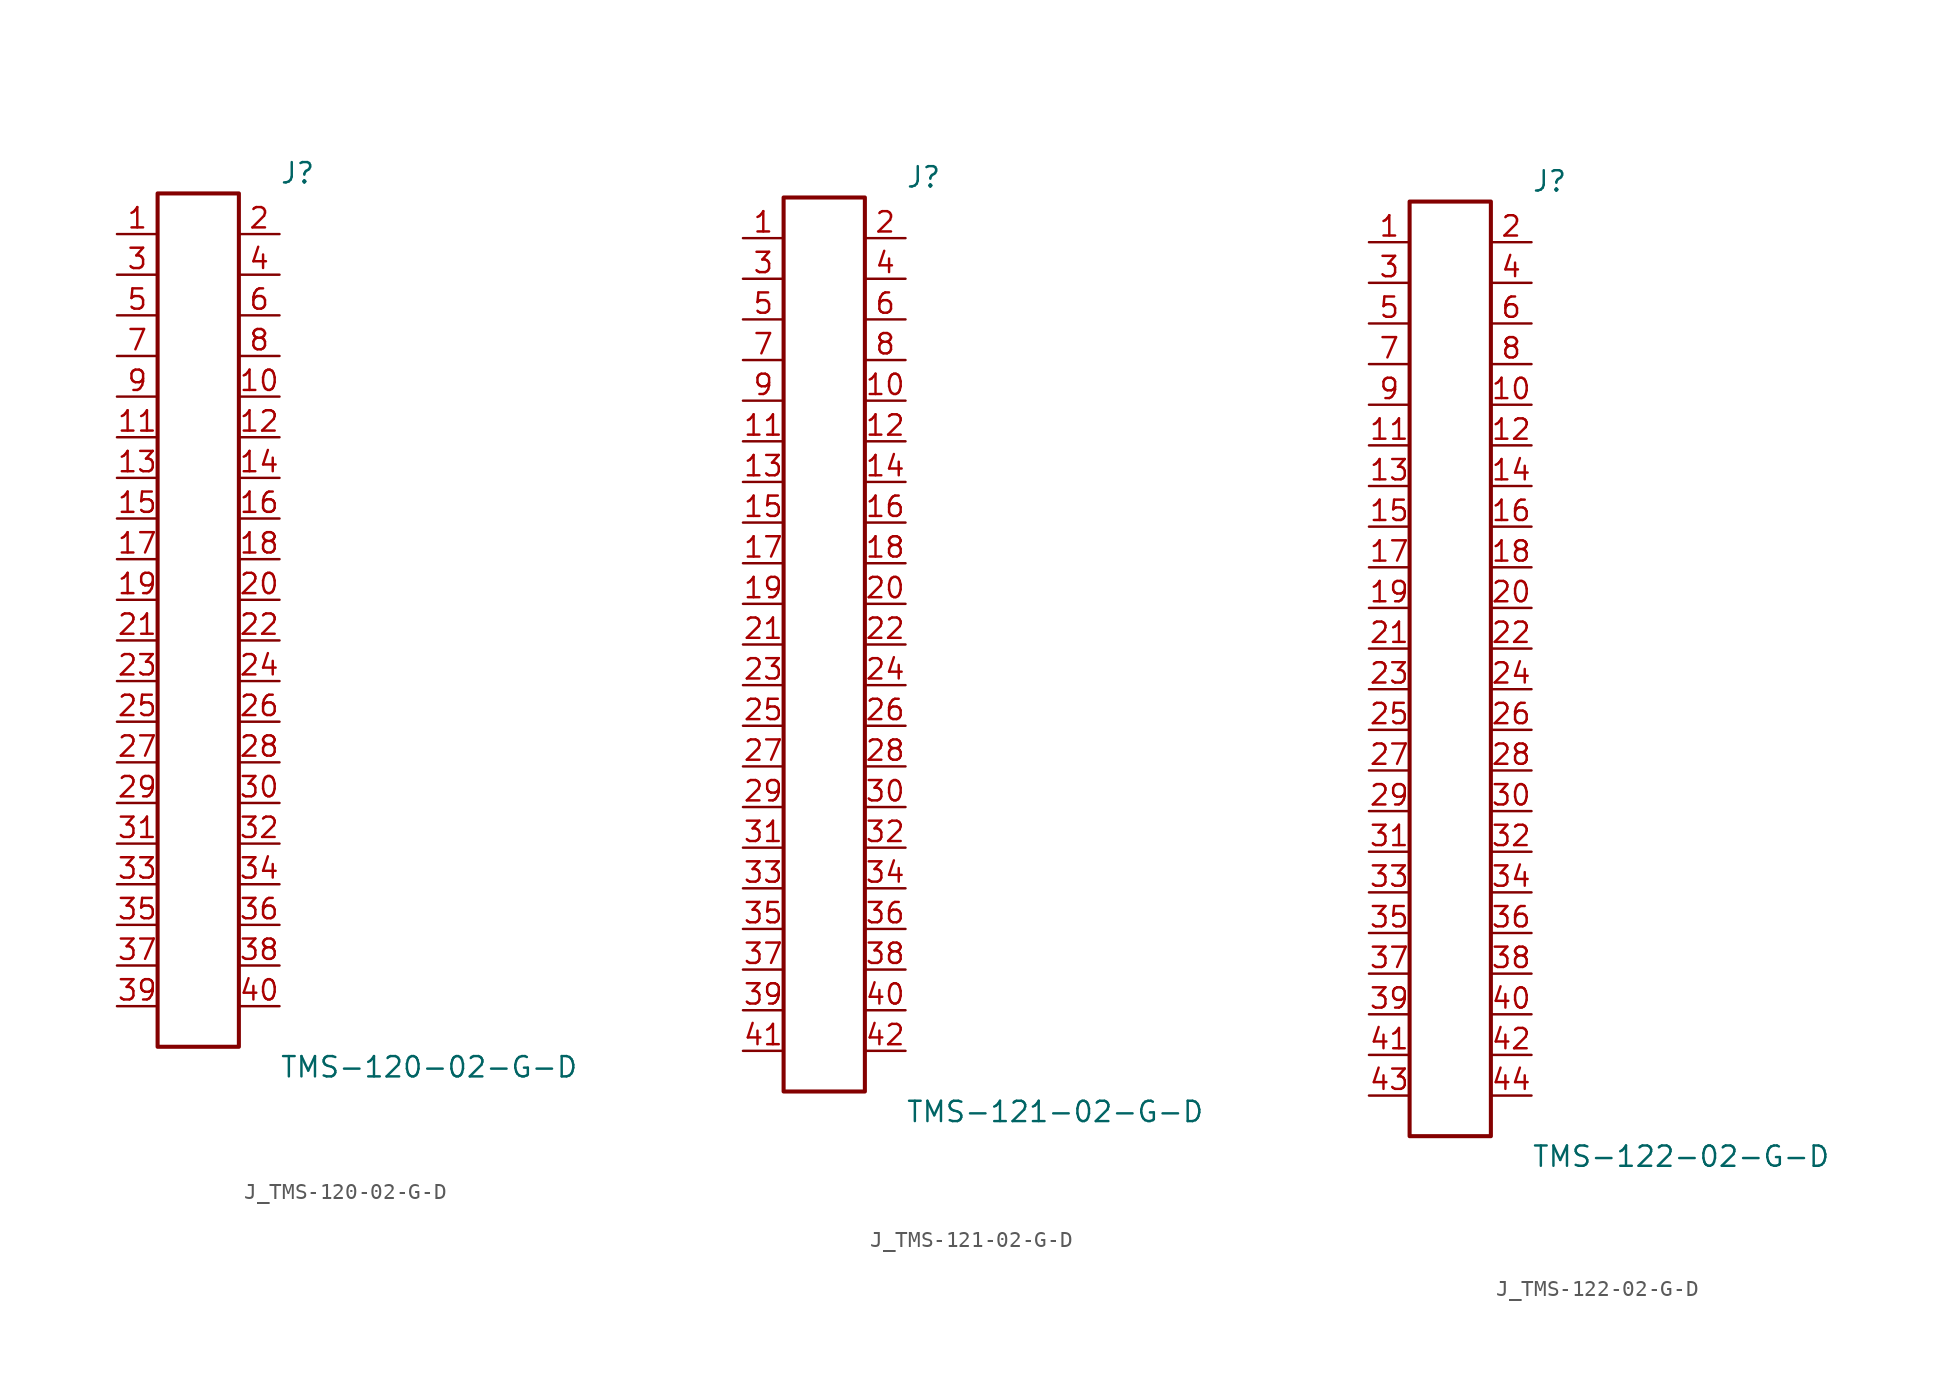
<source format=kicad_sym>
(kicad_symbol_lib
  (version 20231120)
  (generator kicad_symbol_editor)
  (generator_version 8.0)
  (symbol "J_TMS-120-02-G-D"
    (pin_names
      (offset 0.254))
    (property "Reference" "J"
      (at 5.08 27.94 0)
      (effects (font (size 1.27 1.27)) (justify left)))
    (property "Value" "TMS-120-02-G-D"
      (at 5.08 -27.94 0)
      (effects (font (size 1.27 1.27)) (justify left)))
    (symbol "J_TMS-120-02-G-D_0_0"
      (pin unspecified line (at -5.08 24.13 0) (length 2.54) (name "" (effects (font (size 1.27 1.27)))) (number "1" (effects (font (size 1.27 1.27)))))
      (pin unspecified line (at 5.08 24.13 180) (length 2.54) (name "" (effects (font (size 1.27 1.27)))) (number "2" (effects (font (size 1.27 1.27)))))
      (pin unspecified line (at -5.08 21.59 0) (length 2.54) (name "" (effects (font (size 1.27 1.27)))) (number "3" (effects (font (size 1.27 1.27)))))
      (pin unspecified line (at 5.08 21.59 180) (length 2.54) (name "" (effects (font (size 1.27 1.27)))) (number "4" (effects (font (size 1.27 1.27)))))
      (pin unspecified line (at -5.08 19.05 0) (length 2.54) (name "" (effects (font (size 1.27 1.27)))) (number "5" (effects (font (size 1.27 1.27)))))
      (pin unspecified line (at 5.08 19.05 180) (length 2.54) (name "" (effects (font (size 1.27 1.27)))) (number "6" (effects (font (size 1.27 1.27)))))
      (pin unspecified line (at -5.08 16.51 0) (length 2.54) (name "" (effects (font (size 1.27 1.27)))) (number "7" (effects (font (size 1.27 1.27)))))
      (pin unspecified line (at 5.08 16.51 180) (length 2.54) (name "" (effects (font (size 1.27 1.27)))) (number "8" (effects (font (size 1.27 1.27)))))
      (pin unspecified line (at -5.08 13.97 0) (length 2.54) (name "" (effects (font (size 1.27 1.27)))) (number "9" (effects (font (size 1.27 1.27)))))
      (pin unspecified line (at 5.08 13.97 180) (length 2.54) (name "" (effects (font (size 1.27 1.27)))) (number "10" (effects (font (size 1.27 1.27)))))
      (pin unspecified line (at -5.08 11.43 0) (length 2.54) (name "" (effects (font (size 1.27 1.27)))) (number "11" (effects (font (size 1.27 1.27)))))
      (pin unspecified line (at 5.08 11.43 180) (length 2.54) (name "" (effects (font (size 1.27 1.27)))) (number "12" (effects (font (size 1.27 1.27)))))
      (pin unspecified line (at -5.08 8.89 0) (length 2.54) (name "" (effects (font (size 1.27 1.27)))) (number "13" (effects (font (size 1.27 1.27)))))
      (pin unspecified line (at 5.08 8.89 180) (length 2.54) (name "" (effects (font (size 1.27 1.27)))) (number "14" (effects (font (size 1.27 1.27)))))
      (pin unspecified line (at -5.08 6.35 0) (length 2.54) (name "" (effects (font (size 1.27 1.27)))) (number "15" (effects (font (size 1.27 1.27)))))
      (pin unspecified line (at 5.08 6.35 180) (length 2.54) (name "" (effects (font (size 1.27 1.27)))) (number "16" (effects (font (size 1.27 1.27)))))
      (pin unspecified line (at -5.08 3.81 0) (length 2.54) (name "" (effects (font (size 1.27 1.27)))) (number "17" (effects (font (size 1.27 1.27)))))
      (pin unspecified line (at 5.08 3.81 180) (length 2.54) (name "" (effects (font (size 1.27 1.27)))) (number "18" (effects (font (size 1.27 1.27)))))
      (pin unspecified line (at -5.08 1.27 0) (length 2.54) (name "" (effects (font (size 1.27 1.27)))) (number "19" (effects (font (size 1.27 1.27)))))
      (pin unspecified line (at 5.08 1.27 180) (length 2.54) (name "" (effects (font (size 1.27 1.27)))) (number "20" (effects (font (size 1.27 1.27)))))
      (pin unspecified line (at -5.08 -1.27 0) (length 2.54) (name "" (effects (font (size 1.27 1.27)))) (number "21" (effects (font (size 1.27 1.27)))))
      (pin unspecified line (at 5.08 -1.27 180) (length 2.54) (name "" (effects (font (size 1.27 1.27)))) (number "22" (effects (font (size 1.27 1.27)))))
      (pin unspecified line (at -5.08 -3.81 0) (length 2.54) (name "" (effects (font (size 1.27 1.27)))) (number "23" (effects (font (size 1.27 1.27)))))
      (pin unspecified line (at 5.08 -3.81 180) (length 2.54) (name "" (effects (font (size 1.27 1.27)))) (number "24" (effects (font (size 1.27 1.27)))))
      (pin unspecified line (at -5.08 -6.35 0) (length 2.54) (name "" (effects (font (size 1.27 1.27)))) (number "25" (effects (font (size 1.27 1.27)))))
      (pin unspecified line (at 5.08 -6.35 180) (length 2.54) (name "" (effects (font (size 1.27 1.27)))) (number "26" (effects (font (size 1.27 1.27)))))
      (pin unspecified line (at -5.08 -8.89 0) (length 2.54) (name "" (effects (font (size 1.27 1.27)))) (number "27" (effects (font (size 1.27 1.27)))))
      (pin unspecified line (at 5.08 -8.89 180) (length 2.54) (name "" (effects (font (size 1.27 1.27)))) (number "28" (effects (font (size 1.27 1.27)))))
      (pin unspecified line (at -5.08 -11.43 0) (length 2.54) (name "" (effects (font (size 1.27 1.27)))) (number "29" (effects (font (size 1.27 1.27)))))
      (pin unspecified line (at 5.08 -11.43 180) (length 2.54) (name "" (effects (font (size 1.27 1.27)))) (number "30" (effects (font (size 1.27 1.27)))))
      (pin unspecified line (at -5.08 -13.97 0) (length 2.54) (name "" (effects (font (size 1.27 1.27)))) (number "31" (effects (font (size 1.27 1.27)))))
      (pin unspecified line (at 5.08 -13.97 180) (length 2.54) (name "" (effects (font (size 1.27 1.27)))) (number "32" (effects (font (size 1.27 1.27)))))
      (pin unspecified line (at -5.08 -16.51 0) (length 2.54) (name "" (effects (font (size 1.27 1.27)))) (number "33" (effects (font (size 1.27 1.27)))))
      (pin unspecified line (at 5.08 -16.51 180) (length 2.54) (name "" (effects (font (size 1.27 1.27)))) (number "34" (effects (font (size 1.27 1.27)))))
      (pin unspecified line (at -5.08 -19.05 0) (length 2.54) (name "" (effects (font (size 1.27 1.27)))) (number "35" (effects (font (size 1.27 1.27)))))
      (pin unspecified line (at 5.08 -19.05 180) (length 2.54) (name "" (effects (font (size 1.27 1.27)))) (number "36" (effects (font (size 1.27 1.27)))))
      (pin unspecified line (at -5.08 -21.59 0) (length 2.54) (name "" (effects (font (size 1.27 1.27)))) (number "37" (effects (font (size 1.27 1.27)))))
      (pin unspecified line (at 5.08 -21.59 180) (length 2.54) (name "" (effects (font (size 1.27 1.27)))) (number "38" (effects (font (size 1.27 1.27)))))
      (pin unspecified line (at -5.08 -24.13 0) (length 2.54) (name "" (effects (font (size 1.27 1.27)))) (number "39" (effects (font (size 1.27 1.27)))))
      (pin unspecified line (at 5.08 -24.13 180) (length 2.54) (name "" (effects (font (size 1.27 1.27)))) (number "40" (effects (font (size 1.27 1.27))))))
    (symbol "J_TMS-120-02-G-D_1_0"
      (rectangle (start -2.54 26.67) (end 2.54 -26.67) (stroke (width 0.254) (type solid)) (fill (type none)))))
  (symbol "J_TMS-121-02-G-D"
    (pin_names
      (offset 0.254))
    (property "Reference" "J"
      (at 5.08 29.21 0)
      (effects (font (size 1.27 1.27)) (justify left)))
    (property "Value" "TMS-121-02-G-D"
      (at 5.08 -29.21 0)
      (effects (font (size 1.27 1.27)) (justify left)))
    (symbol "J_TMS-121-02-G-D_0_0"
      (pin unspecified line (at -5.08 25.4 0) (length 2.54) (name "" (effects (font (size 1.27 1.27)))) (number "1" (effects (font (size 1.27 1.27)))))
      (pin unspecified line (at 5.08 25.4 180) (length 2.54) (name "" (effects (font (size 1.27 1.27)))) (number "2" (effects (font (size 1.27 1.27)))))
      (pin unspecified line (at -5.08 22.86 0) (length 2.54) (name "" (effects (font (size 1.27 1.27)))) (number "3" (effects (font (size 1.27 1.27)))))
      (pin unspecified line (at 5.08 22.86 180) (length 2.54) (name "" (effects (font (size 1.27 1.27)))) (number "4" (effects (font (size 1.27 1.27)))))
      (pin unspecified line (at -5.08 20.32 0) (length 2.54) (name "" (effects (font (size 1.27 1.27)))) (number "5" (effects (font (size 1.27 1.27)))))
      (pin unspecified line (at 5.08 20.32 180) (length 2.54) (name "" (effects (font (size 1.27 1.27)))) (number "6" (effects (font (size 1.27 1.27)))))
      (pin unspecified line (at -5.08 17.78 0) (length 2.54) (name "" (effects (font (size 1.27 1.27)))) (number "7" (effects (font (size 1.27 1.27)))))
      (pin unspecified line (at 5.08 17.78 180) (length 2.54) (name "" (effects (font (size 1.27 1.27)))) (number "8" (effects (font (size 1.27 1.27)))))
      (pin unspecified line (at -5.08 15.24 0) (length 2.54) (name "" (effects (font (size 1.27 1.27)))) (number "9" (effects (font (size 1.27 1.27)))))
      (pin unspecified line (at 5.08 15.24 180) (length 2.54) (name "" (effects (font (size 1.27 1.27)))) (number "10" (effects (font (size 1.27 1.27)))))
      (pin unspecified line (at -5.08 12.7 0) (length 2.54) (name "" (effects (font (size 1.27 1.27)))) (number "11" (effects (font (size 1.27 1.27)))))
      (pin unspecified line (at 5.08 12.7 180) (length 2.54) (name "" (effects (font (size 1.27 1.27)))) (number "12" (effects (font (size 1.27 1.27)))))
      (pin unspecified line (at -5.08 10.16 0) (length 2.54) (name "" (effects (font (size 1.27 1.27)))) (number "13" (effects (font (size 1.27 1.27)))))
      (pin unspecified line (at 5.08 10.16 180) (length 2.54) (name "" (effects (font (size 1.27 1.27)))) (number "14" (effects (font (size 1.27 1.27)))))
      (pin unspecified line (at -5.08 7.62 0) (length 2.54) (name "" (effects (font (size 1.27 1.27)))) (number "15" (effects (font (size 1.27 1.27)))))
      (pin unspecified line (at 5.08 7.62 180) (length 2.54) (name "" (effects (font (size 1.27 1.27)))) (number "16" (effects (font (size 1.27 1.27)))))
      (pin unspecified line (at -5.08 5.08 0) (length 2.54) (name "" (effects (font (size 1.27 1.27)))) (number "17" (effects (font (size 1.27 1.27)))))
      (pin unspecified line (at 5.08 5.08 180) (length 2.54) (name "" (effects (font (size 1.27 1.27)))) (number "18" (effects (font (size 1.27 1.27)))))
      (pin unspecified line (at -5.08 2.54 0) (length 2.54) (name "" (effects (font (size 1.27 1.27)))) (number "19" (effects (font (size 1.27 1.27)))))
      (pin unspecified line (at 5.08 2.54 180) (length 2.54) (name "" (effects (font (size 1.27 1.27)))) (number "20" (effects (font (size 1.27 1.27)))))
      (pin unspecified line (at -5.08 0.0 0) (length 2.54) (name "" (effects (font (size 1.27 1.27)))) (number "21" (effects (font (size 1.27 1.27)))))
      (pin unspecified line (at 5.08 0.0 180) (length 2.54) (name "" (effects (font (size 1.27 1.27)))) (number "22" (effects (font (size 1.27 1.27)))))
      (pin unspecified line (at -5.08 -2.54 0) (length 2.54) (name "" (effects (font (size 1.27 1.27)))) (number "23" (effects (font (size 1.27 1.27)))))
      (pin unspecified line (at 5.08 -2.54 180) (length 2.54) (name "" (effects (font (size 1.27 1.27)))) (number "24" (effects (font (size 1.27 1.27)))))
      (pin unspecified line (at -5.08 -5.08 0) (length 2.54) (name "" (effects (font (size 1.27 1.27)))) (number "25" (effects (font (size 1.27 1.27)))))
      (pin unspecified line (at 5.08 -5.08 180) (length 2.54) (name "" (effects (font (size 1.27 1.27)))) (number "26" (effects (font (size 1.27 1.27)))))
      (pin unspecified line (at -5.08 -7.62 0) (length 2.54) (name "" (effects (font (size 1.27 1.27)))) (number "27" (effects (font (size 1.27 1.27)))))
      (pin unspecified line (at 5.08 -7.62 180) (length 2.54) (name "" (effects (font (size 1.27 1.27)))) (number "28" (effects (font (size 1.27 1.27)))))
      (pin unspecified line (at -5.08 -10.16 0) (length 2.54) (name "" (effects (font (size 1.27 1.27)))) (number "29" (effects (font (size 1.27 1.27)))))
      (pin unspecified line (at 5.08 -10.16 180) (length 2.54) (name "" (effects (font (size 1.27 1.27)))) (number "30" (effects (font (size 1.27 1.27)))))
      (pin unspecified line (at -5.08 -12.7 0) (length 2.54) (name "" (effects (font (size 1.27 1.27)))) (number "31" (effects (font (size 1.27 1.27)))))
      (pin unspecified line (at 5.08 -12.7 180) (length 2.54) (name "" (effects (font (size 1.27 1.27)))) (number "32" (effects (font (size 1.27 1.27)))))
      (pin unspecified line (at -5.08 -15.24 0) (length 2.54) (name "" (effects (font (size 1.27 1.27)))) (number "33" (effects (font (size 1.27 1.27)))))
      (pin unspecified line (at 5.08 -15.24 180) (length 2.54) (name "" (effects (font (size 1.27 1.27)))) (number "34" (effects (font (size 1.27 1.27)))))
      (pin unspecified line (at -5.08 -17.78 0) (length 2.54) (name "" (effects (font (size 1.27 1.27)))) (number "35" (effects (font (size 1.27 1.27)))))
      (pin unspecified line (at 5.08 -17.78 180) (length 2.54) (name "" (effects (font (size 1.27 1.27)))) (number "36" (effects (font (size 1.27 1.27)))))
      (pin unspecified line (at -5.08 -20.32 0) (length 2.54) (name "" (effects (font (size 1.27 1.27)))) (number "37" (effects (font (size 1.27 1.27)))))
      (pin unspecified line (at 5.08 -20.32 180) (length 2.54) (name "" (effects (font (size 1.27 1.27)))) (number "38" (effects (font (size 1.27 1.27)))))
      (pin unspecified line (at -5.08 -22.86 0) (length 2.54) (name "" (effects (font (size 1.27 1.27)))) (number "39" (effects (font (size 1.27 1.27)))))
      (pin unspecified line (at 5.08 -22.86 180) (length 2.54) (name "" (effects (font (size 1.27 1.27)))) (number "40" (effects (font (size 1.27 1.27)))))
      (pin unspecified line (at -5.08 -25.4 0) (length 2.54) (name "" (effects (font (size 1.27 1.27)))) (number "41" (effects (font (size 1.27 1.27)))))
      (pin unspecified line (at 5.08 -25.4 180) (length 2.54) (name "" (effects (font (size 1.27 1.27)))) (number "42" (effects (font (size 1.27 1.27))))))
    (symbol "J_TMS-121-02-G-D_1_0"
      (rectangle (start -2.54 27.94) (end 2.54 -27.94) (stroke (width 0.254) (type solid)) (fill (type none)))))
  (symbol "J_TMS-122-02-G-D"
    (pin_names
      (offset 0.254))
    (property "Reference" "J"
      (at 5.08 30.48 0)
      (effects (font (size 1.27 1.27)) (justify left)))
    (property "Value" "TMS-122-02-G-D"
      (at 5.08 -30.48 0)
      (effects (font (size 1.27 1.27)) (justify left)))
    (symbol "J_TMS-122-02-G-D_0_0"
      (pin unspecified line (at -5.08 26.67 0) (length 2.54) (name "" (effects (font (size 1.27 1.27)))) (number "1" (effects (font (size 1.27 1.27)))))
      (pin unspecified line (at 5.08 26.67 180) (length 2.54) (name "" (effects (font (size 1.27 1.27)))) (number "2" (effects (font (size 1.27 1.27)))))
      (pin unspecified line (at -5.08 24.13 0) (length 2.54) (name "" (effects (font (size 1.27 1.27)))) (number "3" (effects (font (size 1.27 1.27)))))
      (pin unspecified line (at 5.08 24.13 180) (length 2.54) (name "" (effects (font (size 1.27 1.27)))) (number "4" (effects (font (size 1.27 1.27)))))
      (pin unspecified line (at -5.08 21.59 0) (length 2.54) (name "" (effects (font (size 1.27 1.27)))) (number "5" (effects (font (size 1.27 1.27)))))
      (pin unspecified line (at 5.08 21.59 180) (length 2.54) (name "" (effects (font (size 1.27 1.27)))) (number "6" (effects (font (size 1.27 1.27)))))
      (pin unspecified line (at -5.08 19.05 0) (length 2.54) (name "" (effects (font (size 1.27 1.27)))) (number "7" (effects (font (size 1.27 1.27)))))
      (pin unspecified line (at 5.08 19.05 180) (length 2.54) (name "" (effects (font (size 1.27 1.27)))) (number "8" (effects (font (size 1.27 1.27)))))
      (pin unspecified line (at -5.08 16.51 0) (length 2.54) (name "" (effects (font (size 1.27 1.27)))) (number "9" (effects (font (size 1.27 1.27)))))
      (pin unspecified line (at 5.08 16.51 180) (length 2.54) (name "" (effects (font (size 1.27 1.27)))) (number "10" (effects (font (size 1.27 1.27)))))
      (pin unspecified line (at -5.08 13.97 0) (length 2.54) (name "" (effects (font (size 1.27 1.27)))) (number "11" (effects (font (size 1.27 1.27)))))
      (pin unspecified line (at 5.08 13.97 180) (length 2.54) (name "" (effects (font (size 1.27 1.27)))) (number "12" (effects (font (size 1.27 1.27)))))
      (pin unspecified line (at -5.08 11.43 0) (length 2.54) (name "" (effects (font (size 1.27 1.27)))) (number "13" (effects (font (size 1.27 1.27)))))
      (pin unspecified line (at 5.08 11.43 180) (length 2.54) (name "" (effects (font (size 1.27 1.27)))) (number "14" (effects (font (size 1.27 1.27)))))
      (pin unspecified line (at -5.08 8.89 0) (length 2.54) (name "" (effects (font (size 1.27 1.27)))) (number "15" (effects (font (size 1.27 1.27)))))
      (pin unspecified line (at 5.08 8.89 180) (length 2.54) (name "" (effects (font (size 1.27 1.27)))) (number "16" (effects (font (size 1.27 1.27)))))
      (pin unspecified line (at -5.08 6.35 0) (length 2.54) (name "" (effects (font (size 1.27 1.27)))) (number "17" (effects (font (size 1.27 1.27)))))
      (pin unspecified line (at 5.08 6.35 180) (length 2.54) (name "" (effects (font (size 1.27 1.27)))) (number "18" (effects (font (size 1.27 1.27)))))
      (pin unspecified line (at -5.08 3.81 0) (length 2.54) (name "" (effects (font (size 1.27 1.27)))) (number "19" (effects (font (size 1.27 1.27)))))
      (pin unspecified line (at 5.08 3.81 180) (length 2.54) (name "" (effects (font (size 1.27 1.27)))) (number "20" (effects (font (size 1.27 1.27)))))
      (pin unspecified line (at -5.08 1.27 0) (length 2.54) (name "" (effects (font (size 1.27 1.27)))) (number "21" (effects (font (size 1.27 1.27)))))
      (pin unspecified line (at 5.08 1.27 180) (length 2.54) (name "" (effects (font (size 1.27 1.27)))) (number "22" (effects (font (size 1.27 1.27)))))
      (pin unspecified line (at -5.08 -1.27 0) (length 2.54) (name "" (effects (font (size 1.27 1.27)))) (number "23" (effects (font (size 1.27 1.27)))))
      (pin unspecified line (at 5.08 -1.27 180) (length 2.54) (name "" (effects (font (size 1.27 1.27)))) (number "24" (effects (font (size 1.27 1.27)))))
      (pin unspecified line (at -5.08 -3.81 0) (length 2.54) (name "" (effects (font (size 1.27 1.27)))) (number "25" (effects (font (size 1.27 1.27)))))
      (pin unspecified line (at 5.08 -3.81 180) (length 2.54) (name "" (effects (font (size 1.27 1.27)))) (number "26" (effects (font (size 1.27 1.27)))))
      (pin unspecified line (at -5.08 -6.35 0) (length 2.54) (name "" (effects (font (size 1.27 1.27)))) (number "27" (effects (font (size 1.27 1.27)))))
      (pin unspecified line (at 5.08 -6.35 180) (length 2.54) (name "" (effects (font (size 1.27 1.27)))) (number "28" (effects (font (size 1.27 1.27)))))
      (pin unspecified line (at -5.08 -8.89 0) (length 2.54) (name "" (effects (font (size 1.27 1.27)))) (number "29" (effects (font (size 1.27 1.27)))))
      (pin unspecified line (at 5.08 -8.89 180) (length 2.54) (name "" (effects (font (size 1.27 1.27)))) (number "30" (effects (font (size 1.27 1.27)))))
      (pin unspecified line (at -5.08 -11.43 0) (length 2.54) (name "" (effects (font (size 1.27 1.27)))) (number "31" (effects (font (size 1.27 1.27)))))
      (pin unspecified line (at 5.08 -11.43 180) (length 2.54) (name "" (effects (font (size 1.27 1.27)))) (number "32" (effects (font (size 1.27 1.27)))))
      (pin unspecified line (at -5.08 -13.97 0) (length 2.54) (name "" (effects (font (size 1.27 1.27)))) (number "33" (effects (font (size 1.27 1.27)))))
      (pin unspecified line (at 5.08 -13.97 180) (length 2.54) (name "" (effects (font (size 1.27 1.27)))) (number "34" (effects (font (size 1.27 1.27)))))
      (pin unspecified line (at -5.08 -16.51 0) (length 2.54) (name "" (effects (font (size 1.27 1.27)))) (number "35" (effects (font (size 1.27 1.27)))))
      (pin unspecified line (at 5.08 -16.51 180) (length 2.54) (name "" (effects (font (size 1.27 1.27)))) (number "36" (effects (font (size 1.27 1.27)))))
      (pin unspecified line (at -5.08 -19.05 0) (length 2.54) (name "" (effects (font (size 1.27 1.27)))) (number "37" (effects (font (size 1.27 1.27)))))
      (pin unspecified line (at 5.08 -19.05 180) (length 2.54) (name "" (effects (font (size 1.27 1.27)))) (number "38" (effects (font (size 1.27 1.27)))))
      (pin unspecified line (at -5.08 -21.59 0) (length 2.54) (name "" (effects (font (size 1.27 1.27)))) (number "39" (effects (font (size 1.27 1.27)))))
      (pin unspecified line (at 5.08 -21.59 180) (length 2.54) (name "" (effects (font (size 1.27 1.27)))) (number "40" (effects (font (size 1.27 1.27)))))
      (pin unspecified line (at -5.08 -24.13 0) (length 2.54) (name "" (effects (font (size 1.27 1.27)))) (number "41" (effects (font (size 1.27 1.27)))))
      (pin unspecified line (at 5.08 -24.13 180) (length 2.54) (name "" (effects (font (size 1.27 1.27)))) (number "42" (effects (font (size 1.27 1.27)))))
      (pin unspecified line (at -5.08 -26.67 0) (length 2.54) (name "" (effects (font (size 1.27 1.27)))) (number "43" (effects (font (size 1.27 1.27)))))
      (pin unspecified line (at 5.08 -26.67 180) (length 2.54) (name "" (effects (font (size 1.27 1.27)))) (number "44" (effects (font (size 1.27 1.27))))))
    (symbol "J_TMS-122-02-G-D_1_0"
      (rectangle (start -2.54 29.21) (end 2.54 -29.21) (stroke (width 0.254) (type solid)) (fill (type none))))))
</source>
